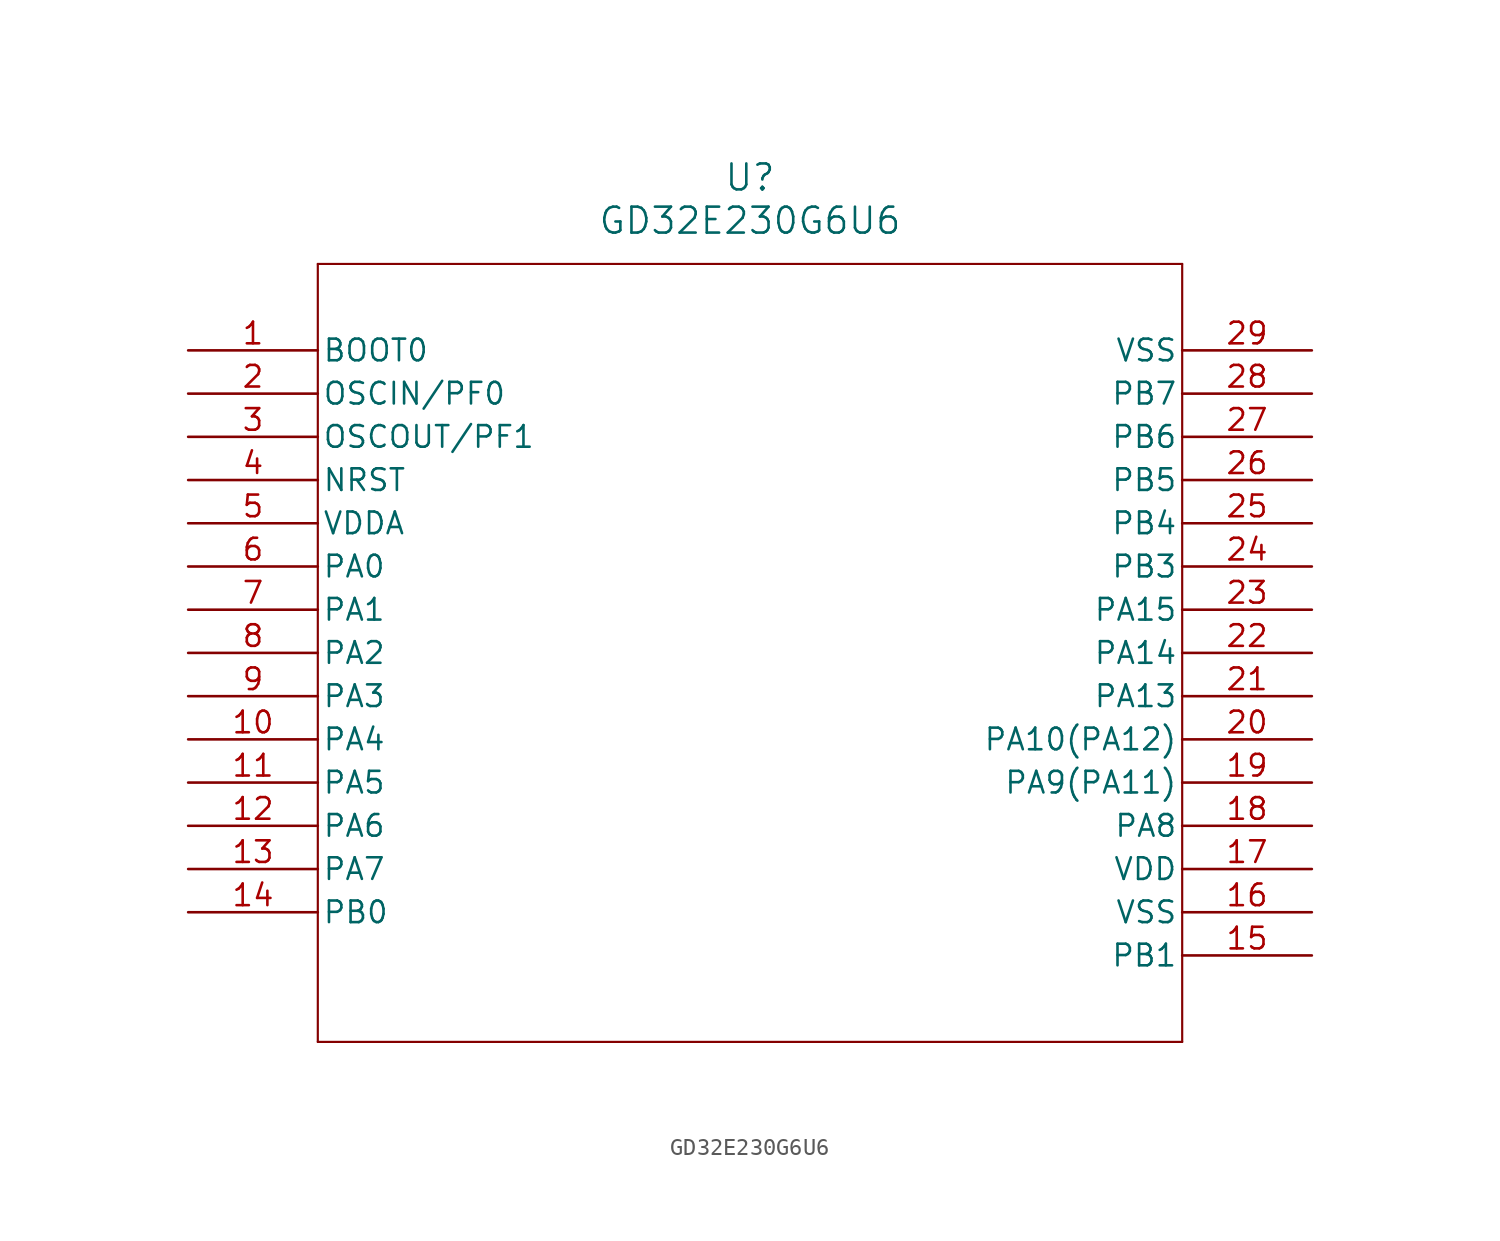
<source format=kicad_sym>
(kicad_symbol_lib
  (version 20211014)
  (generator kicad_symbol_editor)
  (symbol "GD32E230G6U6"
    (pin_names
      (offset 0.254))
    (property "Reference" "U"
      (at 33.02 10.16 0)
      (effects (font (size 1.524 1.524))))
    (property "Value" "GD32E230G6U6"
      (at 33.02 7.62 0)
      (effects (font (size 1.524 1.524))))
    (symbol "GD32E230G6U6_0_1"
      (polyline (pts (xy 7.62 5.08) (xy 7.62 -40.64)) (stroke (width 0.127) (type default) (color 0 0 0 0)) (fill (type none)))
      (polyline (pts (xy 7.62 -40.64) (xy 58.42 -40.64)) (stroke (width 0.127) (type default) (color 0 0 0 0)) (fill (type none)))
      (polyline (pts (xy 58.42 -40.64) (xy 58.42 5.08)) (stroke (width 0.127) (type default) (color 0 0 0 0)) (fill (type none)))
      (polyline (pts (xy 58.42 5.08) (xy 7.62 5.08)) (stroke (width 0.127) (type default) (color 0 0 0 0)) (fill (type none)))
      (pin input line (at 0 0 0) (length 7.62) (name "BOOT0" (effects (font (size 1.27 1.27)))) (number "1" (effects (font (size 1.27 1.27)))))
      (pin bidirectional line (at 0 -2.54 0) (length 7.62) (name "OSCIN/PF0" (effects (font (size 1.27 1.27)))) (number "2" (effects (font (size 1.27 1.27)))))
      (pin bidirectional line (at 0 -5.08 0) (length 7.62) (name "OSCOUT/PF1" (effects (font (size 1.27 1.27)))) (number "3" (effects (font (size 1.27 1.27)))))
      (pin bidirectional line (at 0 -7.62 0) (length 7.62) (name "NRST" (effects (font (size 1.27 1.27)))) (number "4" (effects (font (size 1.27 1.27)))))
      (pin power_in line (at 0 -10.16 0) (length 7.62) (name "VDDA" (effects (font (size 1.27 1.27)))) (number "5" (effects (font (size 1.27 1.27)))))
      (pin bidirectional line (at 0 -12.7 0) (length 7.62) (name "PA0" (effects (font (size 1.27 1.27)))) (number "6" (effects (font (size 1.27 1.27)))))
      (pin bidirectional line (at 0 -15.24 0) (length 7.62) (name "PA1" (effects (font (size 1.27 1.27)))) (number "7" (effects (font (size 1.27 1.27)))))
      (pin bidirectional line (at 0 -17.78 0) (length 7.62) (name "PA2" (effects (font (size 1.27 1.27)))) (number "8" (effects (font (size 1.27 1.27)))))
      (pin bidirectional line (at 0 -20.32 0) (length 7.62) (name "PA3" (effects (font (size 1.27 1.27)))) (number "9" (effects (font (size 1.27 1.27)))))
      (pin bidirectional line (at 0 -22.86 0) (length 7.62) (name "PA4" (effects (font (size 1.27 1.27)))) (number "10" (effects (font (size 1.27 1.27)))))
      (pin bidirectional line (at 0 -25.4 0) (length 7.62) (name "PA5" (effects (font (size 1.27 1.27)))) (number "11" (effects (font (size 1.27 1.27)))))
      (pin bidirectional line (at 0 -27.94 0) (length 7.62) (name "PA6" (effects (font (size 1.27 1.27)))) (number "12" (effects (font (size 1.27 1.27)))))
      (pin bidirectional line (at 0 -30.48 0) (length 7.62) (name "PA7" (effects (font (size 1.27 1.27)))) (number "13" (effects (font (size 1.27 1.27)))))
      (pin bidirectional line (at 0 -33.02 0) (length 7.62) (name "PB0" (effects (font (size 1.27 1.27)))) (number "14" (effects (font (size 1.27 1.27)))))
      (pin bidirectional line (at 66.04 -35.56 180) (length 7.62) (name "PB1" (effects (font (size 1.27 1.27)))) (number "15" (effects (font (size 1.27 1.27)))))
      (pin power_out line (at 66.04 -33.02 180) (length 7.62) (name "VSS" (effects (font (size 1.27 1.27)))) (number "16" (effects (font (size 1.27 1.27)))))
      (pin power_in line (at 66.04 -30.48 180) (length 7.62) (name "VDD" (effects (font (size 1.27 1.27)))) (number "17" (effects (font (size 1.27 1.27)))))
      (pin bidirectional line (at 66.04 -27.94 180) (length 7.62) (name "PA8" (effects (font (size 1.27 1.27)))) (number "18" (effects (font (size 1.27 1.27)))))
      (pin bidirectional line (at 66.04 -25.4 180) (length 7.62) (name "PA9(PA11)" (effects (font (size 1.27 1.27)))) (number "19" (effects (font (size 1.27 1.27)))))
      (pin bidirectional line (at 66.04 -22.86 180) (length 7.62) (name "PA10(PA12)" (effects (font (size 1.27 1.27)))) (number "20" (effects (font (size 1.27 1.27)))))
      (pin bidirectional line (at 66.04 -20.32 180) (length 7.62) (name "PA13" (effects (font (size 1.27 1.27)))) (number "21" (effects (font (size 1.27 1.27)))))
      (pin bidirectional line (at 66.04 -17.78 180) (length 7.62) (name "PA14" (effects (font (size 1.27 1.27)))) (number "22" (effects (font (size 1.27 1.27)))))
      (pin bidirectional line (at 66.04 -15.24 180) (length 7.62) (name "PA15" (effects (font (size 1.27 1.27)))) (number "23" (effects (font (size 1.27 1.27)))))
      (pin bidirectional line (at 66.04 -12.7 180) (length 7.62) (name "PB3" (effects (font (size 1.27 1.27)))) (number "24" (effects (font (size 1.27 1.27)))))
      (pin bidirectional line (at 66.04 -10.16 180) (length 7.62) (name "PB4" (effects (font (size 1.27 1.27)))) (number "25" (effects (font (size 1.27 1.27)))))
      (pin bidirectional line (at 66.04 -7.62 180) (length 7.62) (name "PB5" (effects (font (size 1.27 1.27)))) (number "26" (effects (font (size 1.27 1.27)))))
      (pin bidirectional line (at 66.04 -5.08 180) (length 7.62) (name "PB6" (effects (font (size 1.27 1.27)))) (number "27" (effects (font (size 1.27 1.27)))))
      (pin bidirectional line (at 66.04 -2.54 180) (length 7.62) (name "PB7" (effects (font (size 1.27 1.27)))) (number "28" (effects (font (size 1.27 1.27)))))
      (pin power_out line (at 66.04 0 180) (length 7.62) (name "VSS" (effects (font (size 1.27 1.27)))) (number "29" (effects (font (size 1.27 1.27))))))))
</source>
